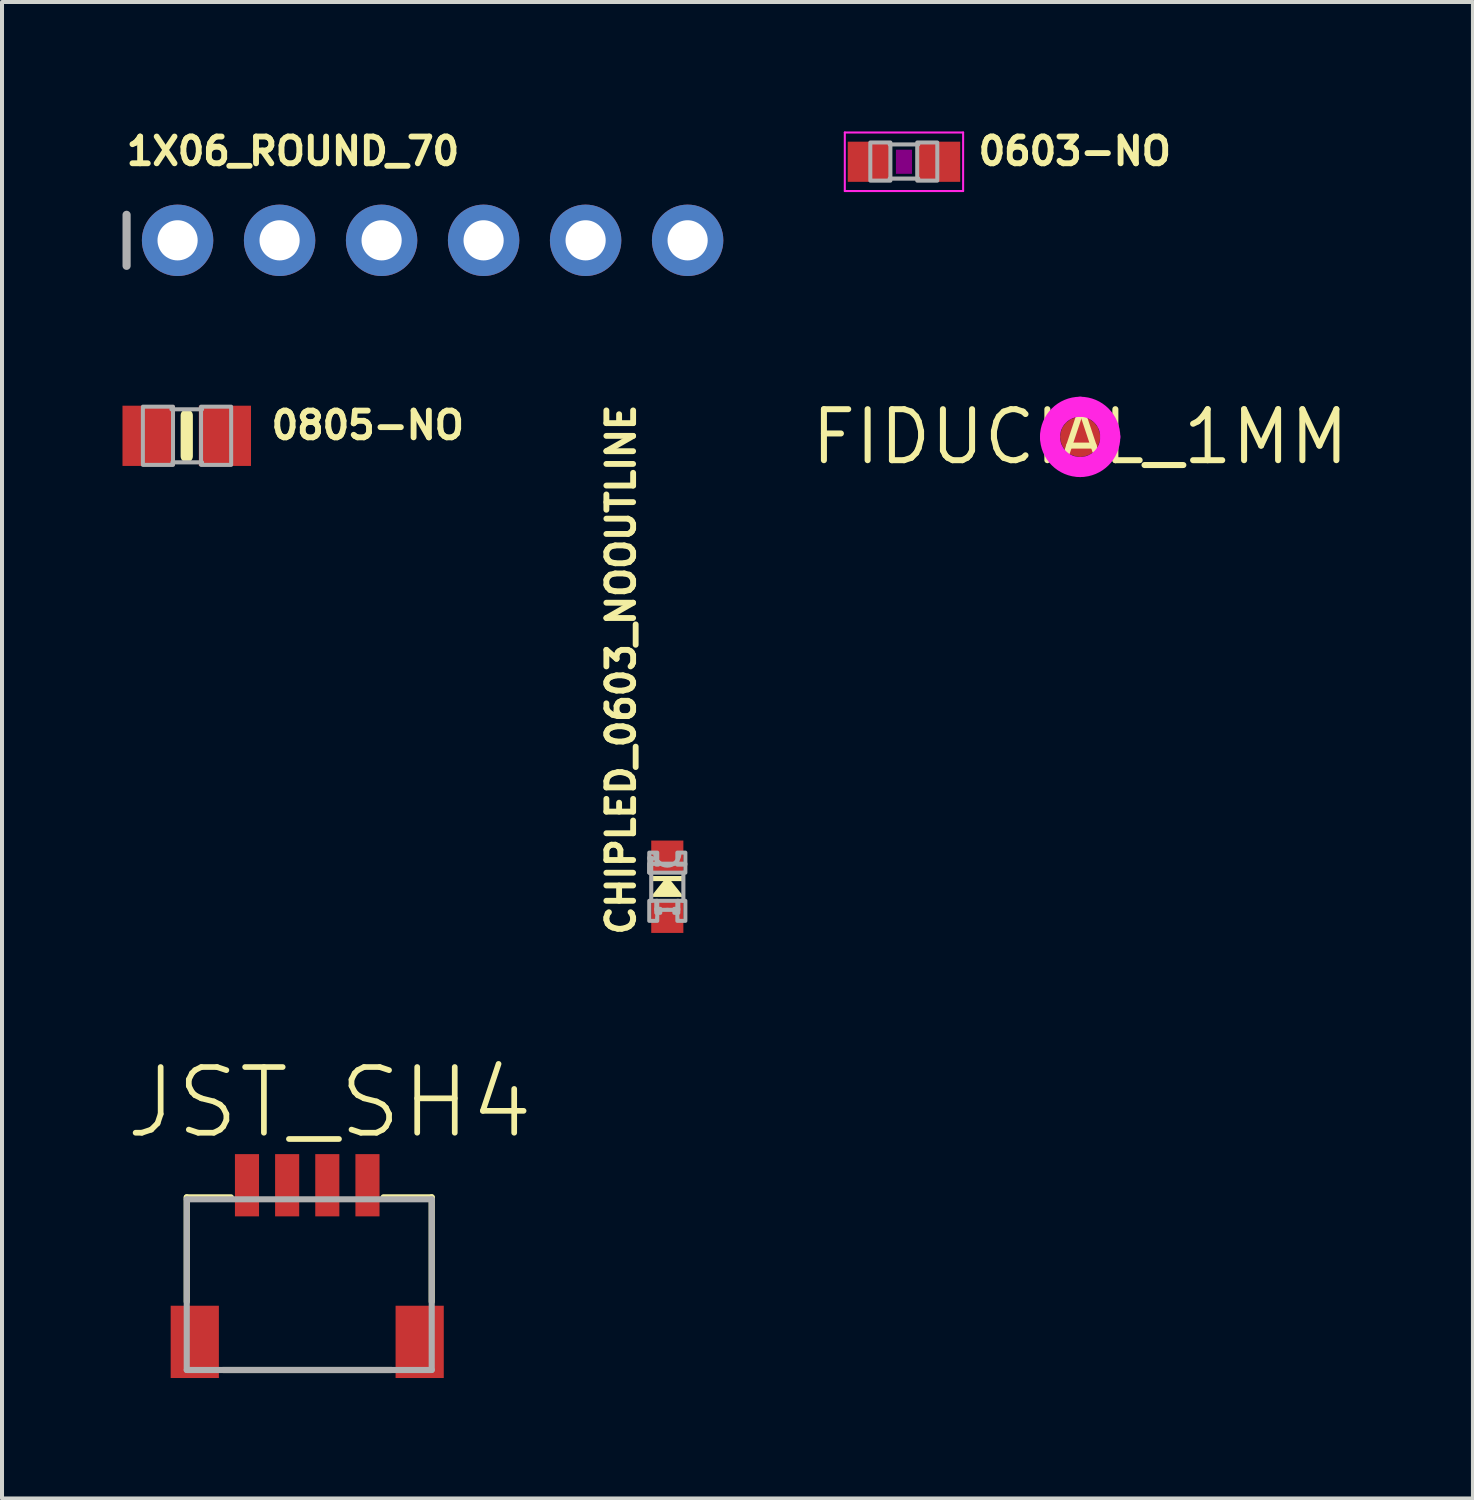
<source format=kicad_pcb>
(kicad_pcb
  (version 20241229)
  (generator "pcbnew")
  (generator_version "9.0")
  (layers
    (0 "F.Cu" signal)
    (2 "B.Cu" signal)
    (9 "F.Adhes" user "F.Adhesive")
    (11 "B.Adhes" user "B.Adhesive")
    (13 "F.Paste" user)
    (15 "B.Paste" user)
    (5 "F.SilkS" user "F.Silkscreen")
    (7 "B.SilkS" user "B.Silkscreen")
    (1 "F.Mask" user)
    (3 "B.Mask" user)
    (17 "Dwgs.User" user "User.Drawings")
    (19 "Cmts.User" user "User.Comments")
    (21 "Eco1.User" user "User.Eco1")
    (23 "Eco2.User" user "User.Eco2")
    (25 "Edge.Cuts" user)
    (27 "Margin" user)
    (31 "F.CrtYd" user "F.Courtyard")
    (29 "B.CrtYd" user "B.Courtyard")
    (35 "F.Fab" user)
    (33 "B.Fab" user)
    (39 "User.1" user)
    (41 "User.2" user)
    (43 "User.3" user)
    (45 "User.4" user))
  (footprint "CHIPLED_0603_NOOUTLINE"
    (layer "F.Cu")
    (at 13.566 19.03)
    (property "Reference" "CHIPLED_0603_NOOUTLINE" (at -0.762 1.27 90) (layer "F.SilkS") (effects (font (size 0.666 0.666) (thickness 0.146)) (justify left bottom)))
    (fp_poly (pts (xy 0.413 0.254) (xy -0.413 0.254) (xy 0 -0.262)) (stroke (width 0) (type solid)) (fill yes) (layer "F.SilkS"))
    (fp_poly (pts (xy -0.381 -0.14) (xy 0.381 -0.14) (xy 0.381 -0.267) (xy -0.381 -0.267)) (stroke (width 0) (type solid)) (fill yes) (layer "F.SilkS"))
    (fp_line (start -0.4 -0.375) (end -0.4 0.35) (stroke (width 0.102) (type solid)) (layer "F.Fab"))
    (fp_line (start 0.4 -0.35) (end 0.4 0.35) (stroke (width 0.102) (type solid)) (layer "F.Fab"))
    (fp_arc (start -0.275 0.825) (mid 0 0.55) (end 0.275 0.825) (stroke (width 0.0508) (type solid)) (layer "F.Fab"))
    (fp_arc (start 0.3 -0.799998) (mid -0.000001 -0.524966) (end -0.3 -0.8) (stroke (width 0.1016) (type solid)) (layer "F.Fab"))
    (fp_circle (center -0.35 -0.625) (end -0.275 -0.625) (stroke (width 0.051) (type solid)) (fill no) (layer "F.Fab"))
    (fp_poly (pts (xy -0.45 -0.7) (xy -0.25 -0.7) (xy -0.25 -0.85) (xy -0.45 -0.85)) (stroke (width 0.1) (type solid)) (fill no) (layer "F.Fab"))
    (fp_poly (pts (xy -0.45 -0.35) (xy -0.4 -0.35) (xy -0.4 -0.725) (xy -0.45 -0.725)) (stroke (width 0.1) (type solid)) (fill no) (layer "F.Fab"))
    (fp_poly (pts (xy -0.45 -0.35) (xy 0.45 -0.35) (xy 0.45 -0.575) (xy -0.45 -0.575)) (stroke (width 0.1) (type solid)) (fill no) (layer "F.Fab"))
    (fp_poly (pts (xy -0.45 0.85) (xy -0.25 0.85) (xy -0.25 0.35) (xy -0.45 0.35)) (stroke (width 0.1) (type solid)) (fill no) (layer "F.Fab"))
    (fp_poly (pts (xy -0.275 -0.55) (xy -0.225 -0.55) (xy -0.225 -0.6) (xy -0.275 -0.6)) (stroke (width 0.1) (type solid)) (fill no) (layer "F.Fab"))
    (fp_poly (pts (xy -0.275 0.575) (xy 0.275 0.575) (xy 0.275 0.35) (xy -0.275 0.35)) (stroke (width 0.1) (type solid)) (fill no) (layer "F.Fab"))
    (fp_poly (pts (xy -0.275 0.65) (xy -0.175 0.65) (xy -0.175 0.55) (xy -0.275 0.55)) (stroke (width 0.1) (type solid)) (fill no) (layer "F.Fab"))
    (fp_poly (pts (xy 0.175 0.65) (xy 0.275 0.65) (xy 0.275 0.55) (xy 0.175 0.55)) (stroke (width 0.1) (type solid)) (fill no) (layer "F.Fab"))
    (fp_poly (pts (xy 0.25 -0.55) (xy 0.45 -0.55) (xy 0.45 -0.85) (xy 0.25 -0.85)) (stroke (width 0.1) (type solid)) (fill no) (layer "F.Fab"))
    (fp_poly (pts (xy 0.25 0.85) (xy 0.45 0.85) (xy 0.45 0.35) (xy 0.25 0.35)) (stroke (width 0.1) (type solid)) (fill no) (layer "F.Fab"))
    (pad "A" smd rect (at 0 0.75) (size 0.8 0.8) (layers "F.Cu" "F.Mask" "F.Paste"))
    (pad "C" smd rect (at 0 -0.75) (size 0.8 0.8) (layers "F.Cu" "F.Mask" "F.Paste")))
  (footprint "0603-NO"
    (layer "F.Cu")
    (at 19.459 0.978)
    (property "Reference" "0603-NO" (at 1.778 0.127 0) (layer "F.SilkS") (effects (font (size 0.666 0.666) (thickness 0.146)) (justify left bottom)))
    (fp_poly (pts (xy -0.2 0.3) (xy 0.2 0.3) (xy 0.2 -0.3) (xy -0.2 -0.3)) (stroke (width 0) (type solid)) (fill yes) (layer "F.Adhes"))
    (fp_line (start -1.473 -0.729) (end 1.473 -0.729) (stroke (width 0.051) (type solid)) (layer "F.CrtYd"))
    (fp_line (start -1.473 0.729) (end -1.473 -0.729) (stroke (width 0.051) (type solid)) (layer "F.CrtYd"))
    (fp_line (start 1.473 -0.729) (end 1.473 0.729) (stroke (width 0.051) (type solid)) (layer "F.CrtYd"))
    (fp_line (start 1.473 0.729) (end -1.473 0.729) (stroke (width 0.051) (type solid)) (layer "F.CrtYd"))
    (fp_line (start -0.356 -0.432) (end 0.356 -0.432) (stroke (width 0.102) (type solid)) (layer "F.Fab"))
    (fp_line (start -0.356 0.419) (end 0.356 0.419) (stroke (width 0.102) (type solid)) (layer "F.Fab"))
    (fp_poly (pts (xy -0.838 0.47) (xy -0.338 0.47) (xy -0.338 -0.48) (xy -0.838 -0.48)) (stroke (width 0.1) (type solid)) (fill no) (layer "F.Fab"))
    (fp_poly (pts (xy 0.33 0.47) (xy 0.83 0.47) (xy 0.83 -0.48) (xy 0.33 -0.48)) (stroke (width 0.1) (type solid)) (fill no) (layer "F.Fab"))
    (pad "1" smd rect (at -0.85 0) (size 1.1 1) (layers "F.Cu" "F.Mask" "F.Paste"))
    (pad "2" smd rect (at 0.85 0) (size 1.1 1) (layers "F.Cu" "F.Mask" "F.Paste")))
  (footprint "0805-NO"
    (layer "F.Cu")
    (at 1.6 7.802)
    (property "Reference" "0805-NO" (at 2.032 0.127 0) (layer "F.SilkS") (effects (font (size 0.666 0.666) (thickness 0.146)) (justify left bottom)))
    (fp_line (start 0 -0.508) (end 0 0.508) (stroke (width 0.305) (type solid)) (layer "F.SilkS"))
    (fp_line (start -0.381 -0.66) (end 0.381 -0.66) (stroke (width 0.102) (type solid)) (layer "F.Fab"))
    (fp_line (start -0.356 0.66) (end 0.381 0.66) (stroke (width 0.102) (type solid)) (layer "F.Fab"))
    (fp_poly (pts (xy -1.092 0.724) (xy -0.342 0.724) (xy -0.342 -0.726) (xy -1.092 -0.726)) (stroke (width 0.1) (type solid)) (fill no) (layer "F.Fab"))
    (fp_poly (pts (xy 0.356 0.724) (xy 1.106 0.724) (xy 1.106 -0.726) (xy 0.356 -0.726)) (stroke (width 0.1) (type solid)) (fill no) (layer "F.Fab"))
    (pad "1" smd rect (at -0.95 0) (size 1.3 1.5) (layers "F.Cu" "F.Mask" "F.Paste"))
    (pad "2" smd rect (at 0.95 0) (size 1.3 1.5) (layers "F.Cu" "F.Mask" "F.Paste")))
  (footprint "JST_SH4"
    (layer "F.Cu")
    (at 4.6 28.977)
    (property "Reference" "JST_SH4" (at -4.6 -3.614 0) (layer "F.SilkS") (effects (font (size 1.636 1.636) (thickness 0.142)) (justify left bottom)))
    (fp_line (start -3 -2.214) (end -1.9 -2.214) (stroke (width 0.152) (type solid)) (layer "F.SilkS"))
    (fp_line (start -3 0.386) (end -3 -2.214) (stroke (width 0.152) (type solid)) (layer "F.SilkS"))
    (fp_line (start -2.1 2.086) (end 2.1 2.086) (stroke (width 0.152) (type solid)) (layer "F.SilkS"))
    (fp_line (start 1.9 -2.214) (end 3.1 -2.214) (stroke (width 0.152) (type solid)) (layer "F.SilkS"))
    (fp_line (start 3.1 -2.214) (end 3.1 0.386) (stroke (width 0.152) (type solid)) (layer "F.SilkS"))
    (fp_line (start -3 -2.164) (end 3.1 -2.164) (stroke (width 0.152) (type solid)) (layer "F.Fab"))
    (fp_line (start -3 2.086) (end -3 -2.164) (stroke (width 0.152) (type solid)) (layer "F.Fab"))
    (fp_line (start 3.1 -2.164) (end 3.1 2.086) (stroke (width 0.152) (type solid)) (layer "F.Fab"))
    (fp_line (start 3.1 2.086) (end -3 2.086) (stroke (width 0.152) (type solid)) (layer "F.Fab"))
    (pad "1" smd rect (at -1.5 -2.514 90) (size 1.55 0.6) (layers "F.Cu" "F.Mask" "F.Paste"))
    (pad "2" smd rect (at -0.5 -2.514 90) (size 1.55 0.6) (layers "F.Cu" "F.Mask" "F.Paste"))
    (pad "3" smd rect (at 0.5 -2.514 90) (size 1.55 0.6) (layers "F.Cu" "F.Mask" "F.Paste"))
    (pad "4" smd rect (at 1.5 -2.514 90) (size 1.55 0.6) (layers "F.Cu" "F.Mask" "F.Paste"))
    (pad "MT1" smd rect (at -2.8 1.386 90) (size 1.8 1.2) (layers "F.Cu" "F.Mask" "F.Paste"))
    (pad "MT2" smd rect (at 2.8 1.386 90) (size 1.8 1.2) (layers "F.Cu" "F.Mask" "F.Paste")))
  (footprint "1X06_ROUND_70"
    (layer "F.Cu")
    (at 7.722 2.934)
    (property "Reference" "1X06_ROUND_70" (at -7.696 -1.829 0) (layer "F.SilkS") (effects (font (size 0.666 0.666) (thickness 0.146)) (justify left bottom)))
    (fp_line (start -7.62 -0.635) (end -7.62 0.635) (stroke (width 0.203) (type solid)) (layer "F.Fab"))
    (fp_poly (pts (xy -6.604 0.254) (xy -6.096 0.254) (xy -6.096 -0.254) (xy -6.604 -0.254)) (stroke (width 0.1) (type solid)) (fill no) (layer "F.Fab"))
    (fp_poly (pts (xy -4.064 0.254) (xy -3.556 0.254) (xy -3.556 -0.254) (xy -4.064 -0.254)) (stroke (width 0.1) (type solid)) (fill no) (layer "F.Fab"))
    (fp_poly (pts (xy -1.524 0.254) (xy -1.016 0.254) (xy -1.016 -0.254) (xy -1.524 -0.254)) (stroke (width 0.1) (type solid)) (fill no) (layer "F.Fab"))
    (fp_poly (pts (xy 1.016 0.254) (xy 1.524 0.254) (xy 1.524 -0.254) (xy 1.016 -0.254)) (stroke (width 0.1) (type solid)) (fill no) (layer "F.Fab"))
    (fp_poly (pts (xy 3.556 0.254) (xy 4.064 0.254) (xy 4.064 -0.254) (xy 3.556 -0.254)) (stroke (width 0.1) (type solid)) (fill no) (layer "F.Fab"))
    (fp_poly (pts (xy 6.096 0.254) (xy 6.604 0.254) (xy 6.604 -0.254) (xy 6.096 -0.254)) (stroke (width 0.1) (type solid)) (fill no) (layer "F.Fab"))
    (pad "1" thru_hole circle (at -6.35 0 90) (size 1.778 1.778) (drill 1) (layers "*.Cu" "*.Mask"))
    (pad "2" thru_hole circle (at -3.81 0 90) (size 1.778 1.778) (drill 1) (layers "*.Cu" "*.Mask"))
    (pad "3" thru_hole circle (at -1.27 0 90) (size 1.778 1.778) (drill 1) (layers "*.Cu" "*.Mask"))
    (pad "4" thru_hole circle (at 1.27 0 90) (size 1.778 1.778) (drill 1) (layers "*.Cu" "*.Mask"))
    (pad "5" thru_hole circle (at 3.81 0 90) (size 1.778 1.778) (drill 1) (layers "*.Cu" "*.Mask"))
    (pad "6" thru_hole circle (at 6.35 0 90) (size 1.778 1.778) (drill 1) (layers "*.Cu" "*.Mask")))
  (footprint "FIDUCIAL_1MM"
    (layer "F.Cu")
    (at 23.846 7.829)
    (property "Reference" "FIDUCIAL_1MM" (at 0 0 0) (layer "F.SilkS") (effects (font (size 1.27 1.27) (thickness 0.15))))
    (fp_arc (start -0.75 0) (mid -0.53033 -0.53033) (end 0 -0.75) (stroke (width 0.5) (type solid)) (layer "F.Mask"))
    (fp_arc (start 0 -0.75) (mid 0.53033 -0.53033) (end 0.75 0) (stroke (width 0.5) (type solid)) (layer "F.Mask"))
    (fp_arc (start 0 0.75) (mid -0.53033 0.53033) (end -0.75 0) (stroke (width 0.5) (type solid)) (layer "F.Mask"))
    (fp_arc (start 0.75 0) (mid 0.53033 0.53033) (end 0 0.75) (stroke (width 0.5) (type solid)) (layer "F.Mask"))
    (fp_arc (start -0.75 0) (mid -0.53033 -0.53033) (end 0 -0.75) (stroke (width 0.5) (type solid)) (layer "F.CrtYd"))
    (fp_arc (start 0 -0.75) (mid 0.53033 -0.53033) (end 0.75 0) (stroke (width 0.5) (type solid)) (layer "F.CrtYd"))
    (fp_arc (start 0 0.75) (mid -0.53033 0.53033) (end -0.75 0) (stroke (width 0.5) (type solid)) (layer "F.CrtYd"))
    (fp_arc (start 0.75 0) (mid 0.53033 0.53033) (end 0 0.75) (stroke (width 0.5) (type solid)) (layer "F.CrtYd"))
    (pad "1" smd roundrect (at 0 0) (size 1 1) (layers "F.Cu" "F.Mask") (roundrect_rratio 0.5)))
  (gr_rect
    (start -3 -3)
    (end 33.627 34.263)
    (stroke (width 0.1) (type default))
    (fill no)
    (layer "Edge.Cuts")))
</source>
